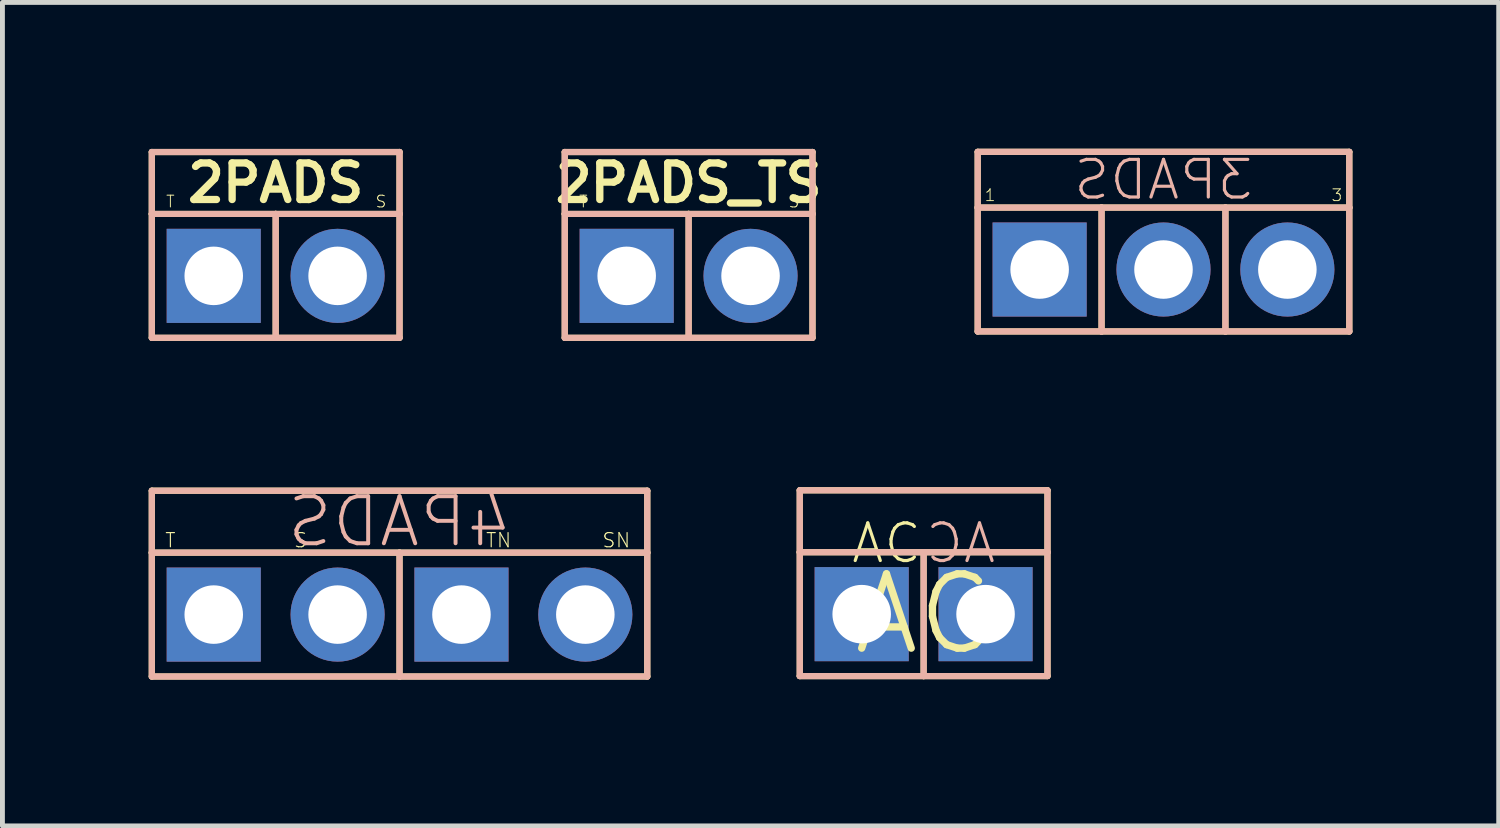
<source format=kicad_pcb>
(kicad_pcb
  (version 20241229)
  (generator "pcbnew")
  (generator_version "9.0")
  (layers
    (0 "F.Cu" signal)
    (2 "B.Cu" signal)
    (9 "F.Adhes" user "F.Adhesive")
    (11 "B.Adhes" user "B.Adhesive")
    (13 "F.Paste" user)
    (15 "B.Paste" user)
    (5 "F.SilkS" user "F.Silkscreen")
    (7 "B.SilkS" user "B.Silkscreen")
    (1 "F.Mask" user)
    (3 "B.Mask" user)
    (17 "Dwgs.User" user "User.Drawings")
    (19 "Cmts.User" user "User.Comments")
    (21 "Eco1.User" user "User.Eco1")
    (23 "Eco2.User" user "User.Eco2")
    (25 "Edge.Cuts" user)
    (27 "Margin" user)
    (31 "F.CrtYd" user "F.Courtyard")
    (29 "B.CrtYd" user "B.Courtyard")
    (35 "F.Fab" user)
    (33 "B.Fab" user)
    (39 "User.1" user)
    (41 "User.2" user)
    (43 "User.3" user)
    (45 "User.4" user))
  (footprint "2PADS_TS"
    (layer "F.Cu")
    (at 11.071 2.607)
    (property "Reference" "2PADS_TS" (at 0 -1.905 0) (layer "F.SilkS") (effects (font (size 0.75 0.75) (thickness 0.15))))
    (attr through_hole)
    (fp_line (start -2.54 -2.54) (end 2.54 -2.54) (stroke (width 0.127) (type solid)) (layer "F.SilkS"))
    (fp_line (start -2.54 -1.27) (end -2.54 -2.54) (stroke (width 0.127) (type solid)) (layer "F.SilkS"))
    (fp_line (start -2.54 -1.27) (end 0 -1.27) (stroke (width 0.127) (type solid)) (layer "F.SilkS"))
    (fp_line (start -2.54 1.27) (end -2.54 -1.27) (stroke (width 0.127) (type solid)) (layer "F.SilkS"))
    (fp_line (start -2.54 1.27) (end 0 1.27) (stroke (width 0.127) (type solid)) (layer "F.SilkS"))
    (fp_line (start 0 -1.27) (end 0 1.27) (stroke (width 0.127) (type solid)) (layer "F.SilkS"))
    (fp_line (start 0 -1.27) (end 2.54 -1.27) (stroke (width 0.127) (type solid)) (layer "F.SilkS"))
    (fp_line (start 0 1.27) (end 2.54 1.27) (stroke (width 0.127) (type solid)) (layer "F.SilkS"))
    (fp_line (start 2.54 -2.54) (end 2.54 -1.27) (stroke (width 0.127) (type solid)) (layer "F.SilkS"))
    (fp_line (start 2.54 -1.27) (end 2.54 1.27) (stroke (width 0.127) (type solid)) (layer "F.SilkS"))
    (fp_line (start -2.54 -2.54) (end -2.54 -1.27) (stroke (width 0.127) (type solid)) (layer "B.SilkS"))
    (fp_line (start -2.54 -1.27) (end -2.54 1.27) (stroke (width 0.127) (type solid)) (layer "B.SilkS"))
    (fp_line (start 0 -1.27) (end -2.54 -1.27) (stroke (width 0.127) (type solid)) (layer "B.SilkS"))
    (fp_line (start 0 -1.27) (end 0 1.27) (stroke (width 0.127) (type solid)) (layer "B.SilkS"))
    (fp_line (start 0 1.27) (end -2.54 1.27) (stroke (width 0.127) (type solid)) (layer "B.SilkS"))
    (fp_line (start 2.54 -2.54) (end -2.54 -2.54) (stroke (width 0.127) (type solid)) (layer "B.SilkS"))
    (fp_line (start 2.54 -1.27) (end 0 -1.27) (stroke (width 0.127) (type solid)) (layer "B.SilkS"))
    (fp_line (start 2.54 -1.27) (end 2.54 -2.54) (stroke (width 0.127) (type solid)) (layer "B.SilkS"))
    (fp_line (start 2.54 1.27) (end 0 1.27) (stroke (width 0.127) (type solid)) (layer "B.SilkS"))
    (fp_line (start 2.54 1.27) (end 2.54 -1.27) (stroke (width 0.127) (type solid)) (layer "B.SilkS"))
    (fp_text user "T" (at -2.159 -1.524 0) (layer "F.SilkS") (effects (font (size 0.241 0.241) (thickness 0.02))))
    (fp_text user "S" (at 2.159 -1.524 0) (layer "F.SilkS") (effects (font (size 0.241 0.241) (thickness 0.02))))
    (pad "S" thru_hole oval (at 1.27 0) (size 1.93 1.93) (drill 1.2) (layers "*.Cu" "*.Mask"))
    (pad "T" thru_hole rect (at -1.27 0) (size 1.93 1.93) (drill 1.2) (layers "*.Cu" "*.Mask")))
  (footprint "AC"
    (layer "F.Cu")
    (at 15.89 9.544)
    (property "Reference" "AC" (at 0 0 0) (layer "F.SilkS") (effects (font (size 1.524 1.524) (thickness 0.15))))
    (attr through_hole)
    (fp_line (start -2.54 -2.54) (end 2.54 -2.54) (stroke (width 0.127) (type solid)) (layer "F.SilkS"))
    (fp_line (start -2.54 -1.27) (end -2.54 -2.54) (stroke (width 0.127) (type solid)) (layer "F.SilkS"))
    (fp_line (start -2.54 1.27) (end -2.54 -1.27) (stroke (width 0.127) (type solid)) (layer "F.SilkS"))
    (fp_line (start 0 -1.27) (end -2.54 -1.27) (stroke (width 0.127) (type solid)) (layer "F.SilkS"))
    (fp_line (start 0 1.27) (end -2.54 1.27) (stroke (width 0.127) (type solid)) (layer "F.SilkS"))
    (fp_line (start 0 1.27) (end 0 -1.27) (stroke (width 0.127) (type solid)) (layer "F.SilkS"))
    (fp_line (start 2.54 -2.54) (end 2.54 -1.27) (stroke (width 0.127) (type solid)) (layer "F.SilkS"))
    (fp_line (start 2.54 -1.27) (end 0 -1.27) (stroke (width 0.127) (type solid)) (layer "F.SilkS"))
    (fp_line (start 2.54 -1.27) (end 2.54 1.27) (stroke (width 0.127) (type solid)) (layer "F.SilkS"))
    (fp_line (start 2.54 1.27) (end 0 1.27) (stroke (width 0.127) (type solid)) (layer "F.SilkS"))
    (fp_line (start -2.54 -2.54) (end -2.54 -1.27) (stroke (width 0.127) (type solid)) (layer "B.SilkS"))
    (fp_line (start -2.54 -1.27) (end -2.54 1.27) (stroke (width 0.127) (type solid)) (layer "B.SilkS"))
    (fp_line (start -2.54 -1.27) (end 0 -1.27) (stroke (width 0.127) (type solid)) (layer "B.SilkS"))
    (fp_line (start -2.54 1.27) (end 0 1.27) (stroke (width 0.127) (type solid)) (layer "B.SilkS"))
    (fp_line (start 0 -1.27) (end 2.54 -1.27) (stroke (width 0.127) (type solid)) (layer "B.SilkS"))
    (fp_line (start 0 1.27) (end 0 -1.27) (stroke (width 0.127) (type solid)) (layer "B.SilkS"))
    (fp_line (start 0 1.27) (end 2.54 1.27) (stroke (width 0.127) (type solid)) (layer "B.SilkS"))
    (fp_line (start 2.54 -2.54) (end -2.54 -2.54) (stroke (width 0.127) (type solid)) (layer "B.SilkS"))
    (fp_line (start 2.54 -1.27) (end 2.54 -2.54) (stroke (width 0.127) (type solid)) (layer "B.SilkS"))
    (fp_line (start 2.54 1.27) (end 2.54 -1.27) (stroke (width 0.127) (type solid)) (layer "B.SilkS"))
    (fp_text user "AC" (at 0 -1.905 0) (layer "F.SilkS") (effects (font (size 0.772 0.772) (thickness 0.065)) (justify right top)))
    (fp_text user "AC" (at 0 -1.905 0) (layer "B.SilkS") (effects (font (size 0.772 0.772) (thickness 0.065)) (justify right top mirror)))
    (pad "A" thru_hole rect (at 1.27 0 180) (size 1.93 1.93) (drill 1.2) (layers "*.Cu" "*.Mask"))
    (pad "C" thru_hole rect (at -1.27 0 180) (size 1.93 1.93) (drill 1.2) (layers "*.Cu" "*.Mask")))
  (footprint "3PADS"
    (layer "F.Cu")
    (at 20.809 2.477)
    (property "Reference" "3PADS" (at 0 -1.841 0) (layer "B.SilkS") (effects (font (size 0.772 0.772) (thickness 0.065)) (justify mirror)))
    (attr through_hole)
    (fp_line (start -3.81 -2.413) (end 3.81 -2.413) (stroke (width 0.127) (type solid)) (layer "F.SilkS"))
    (fp_line (start -3.81 -1.27) (end -3.81 -2.413) (stroke (width 0.127) (type solid)) (layer "F.SilkS"))
    (fp_line (start -3.81 -1.27) (end -1.27 -1.27) (stroke (width 0.127) (type solid)) (layer "F.SilkS"))
    (fp_line (start -3.81 1.27) (end -3.81 -1.27) (stroke (width 0.127) (type solid)) (layer "F.SilkS"))
    (fp_line (start -1.27 -1.27) (end -1.27 1.27) (stroke (width 0.127) (type solid)) (layer "F.SilkS"))
    (fp_line (start -1.27 -1.27) (end 1.27 -1.27) (stroke (width 0.127) (type solid)) (layer "F.SilkS"))
    (fp_line (start -1.27 1.27) (end -3.81 1.27) (stroke (width 0.127) (type solid)) (layer "F.SilkS"))
    (fp_line (start 1.27 -1.27) (end 1.27 1.27) (stroke (width 0.127) (type solid)) (layer "F.SilkS"))
    (fp_line (start 1.27 -1.27) (end 3.81 -1.27) (stroke (width 0.127) (type solid)) (layer "F.SilkS"))
    (fp_line (start 1.27 1.27) (end -1.27 1.27) (stroke (width 0.127) (type solid)) (layer "F.SilkS"))
    (fp_line (start 3.81 -2.413) (end 3.81 -1.27) (stroke (width 0.127) (type solid)) (layer "F.SilkS"))
    (fp_line (start 3.81 -1.27) (end 3.81 1.27) (stroke (width 0.127) (type solid)) (layer "F.SilkS"))
    (fp_line (start 3.81 1.27) (end 1.27 1.27) (stroke (width 0.127) (type solid)) (layer "F.SilkS"))
    (fp_line (start -3.81 -1.27) (end -3.81 -2.413) (stroke (width 0.127) (type solid)) (layer "B.SilkS"))
    (fp_line (start -3.81 -1.27) (end -3.81 1.27) (stroke (width 0.127) (type solid)) (layer "B.SilkS"))
    (fp_line (start -3.81 1.27) (end -1.27 1.27) (stroke (width 0.127) (type solid)) (layer "B.SilkS"))
    (fp_line (start -1.27 -1.27) (end -3.81 -1.27) (stroke (width 0.127) (type solid)) (layer "B.SilkS"))
    (fp_line (start -1.27 -1.27) (end -1.27 1.27) (stroke (width 0.127) (type solid)) (layer "B.SilkS"))
    (fp_line (start -1.27 1.27) (end 1.27 1.27) (stroke (width 0.127) (type solid)) (layer "B.SilkS"))
    (fp_line (start 1.27 -1.27) (end -1.27 -1.27) (stroke (width 0.127) (type solid)) (layer "B.SilkS"))
    (fp_line (start 1.27 -1.27) (end 1.27 1.27) (stroke (width 0.127) (type solid)) (layer "B.SilkS"))
    (fp_line (start 1.27 1.27) (end 3.81 1.27) (stroke (width 0.127) (type solid)) (layer "B.SilkS"))
    (fp_line (start 3.81 -2.413) (end -3.81 -2.413) (stroke (width 0.127) (type solid)) (layer "B.SilkS"))
    (fp_line (start 3.81 -2.413) (end 3.81 -1.27) (stroke (width 0.127) (type solid)) (layer "B.SilkS"))
    (fp_line (start 3.81 -1.27) (end 1.27 -1.27) (stroke (width 0.127) (type solid)) (layer "B.SilkS"))
    (fp_line (start 3.81 1.27) (end 3.81 -1.27) (stroke (width 0.127) (type solid)) (layer "B.SilkS"))
    (fp_text user "1" (at -3.556 -1.524 0) (layer "F.SilkS") (effects (font (size 0.241 0.241) (thickness 0.02))))
    (fp_text user "3" (at 3.556 -1.524 0) (layer "F.SilkS") (effects (font (size 0.241 0.241) (thickness 0.02))))
    (pad "1" thru_hole rect (at -2.54 0) (size 1.93 1.93) (drill 1.2) (layers "*.Cu" "*.Mask"))
    (pad "2" thru_hole oval (at 0 0) (size 1.93 1.93) (drill 1.2) (layers "*.Cu" "*.Mask"))
    (pad "3" thru_hole oval (at 2.54 0) (size 1.93 1.93) (drill 1.2) (layers "*.Cu" "*.Mask")))
  (footprint "4PADS"
    (layer "F.Cu")
    (at 3.873 9.553)
    (property "Reference" "4PADS" (at 1.27 -1.905 0) (layer "B.SilkS") (effects (font (size 0.965 0.965) (thickness 0.081)) (justify mirror)))
    (attr through_hole)
    (fp_line (start -3.81 -2.54) (end 6.35 -2.54) (stroke (width 0.127) (type solid)) (layer "F.SilkS"))
    (fp_line (start -3.81 -1.27) (end -3.81 -2.54) (stroke (width 0.127) (type solid)) (layer "F.SilkS"))
    (fp_line (start -3.81 -1.27) (end 1.27 -1.27) (stroke (width 0.127) (type solid)) (layer "F.SilkS"))
    (fp_line (start -3.81 1.27) (end -3.81 -1.27) (stroke (width 0.127) (type solid)) (layer "F.SilkS"))
    (fp_line (start 1.27 -1.27) (end 1.27 1.27) (stroke (width 0.127) (type solid)) (layer "F.SilkS"))
    (fp_line (start 1.27 -1.27) (end 6.35 -1.27) (stroke (width 0.127) (type solid)) (layer "F.SilkS"))
    (fp_line (start 1.27 1.27) (end -3.81 1.27) (stroke (width 0.127) (type solid)) (layer "F.SilkS"))
    (fp_line (start 6.35 -2.54) (end 6.35 -1.27) (stroke (width 0.127) (type solid)) (layer "F.SilkS"))
    (fp_line (start 6.35 -1.27) (end 6.35 1.27) (stroke (width 0.127) (type solid)) (layer "F.SilkS"))
    (fp_line (start 6.35 1.27) (end 1.27 1.27) (stroke (width 0.127) (type solid)) (layer "F.SilkS"))
    (fp_line (start -3.81 -2.54) (end -3.81 -1.27) (stroke (width 0.127) (type solid)) (layer "B.SilkS"))
    (fp_line (start -3.81 -1.27) (end -3.81 1.27) (stroke (width 0.127) (type solid)) (layer "B.SilkS"))
    (fp_line (start -3.81 1.27) (end 1.27 1.27) (stroke (width 0.127) (type solid)) (layer "B.SilkS"))
    (fp_line (start 1.27 -1.27) (end -3.81 -1.27) (stroke (width 0.127) (type solid)) (layer "B.SilkS"))
    (fp_line (start 1.27 -1.27) (end 1.27 1.27) (stroke (width 0.127) (type solid)) (layer "B.SilkS"))
    (fp_line (start 1.27 1.27) (end 6.35 1.27) (stroke (width 0.127) (type solid)) (layer "B.SilkS"))
    (fp_line (start 6.35 -2.54) (end -3.81 -2.54) (stroke (width 0.127) (type solid)) (layer "B.SilkS"))
    (fp_line (start 6.35 -1.27) (end 1.27 -1.27) (stroke (width 0.127) (type solid)) (layer "B.SilkS"))
    (fp_line (start 6.35 -1.27) (end 6.35 -2.54) (stroke (width 0.127) (type solid)) (layer "B.SilkS"))
    (fp_line (start 6.35 1.27) (end 6.35 -1.27) (stroke (width 0.127) (type solid)) (layer "B.SilkS"))
    (fp_text user "T" (at -3.429 -1.524 0) (layer "F.SilkS") (effects (font (size 0.29 0.29) (thickness 0.024))))
    (fp_text user "SN" (at 5.715 -1.524 0) (layer "F.SilkS") (effects (font (size 0.29 0.29) (thickness 0.024))))
    (fp_text user "TN" (at 3.302 -1.524 0) (layer "F.SilkS") (effects (font (size 0.29 0.29) (thickness 0.024))))
    (fp_text user "S" (at -0.762 -1.524 0) (layer "F.SilkS") (effects (font (size 0.29 0.29) (thickness 0.024))))
    (pad "S" thru_hole oval (at 0 0) (size 1.93 1.93) (drill 1.2) (layers "*.Cu" "*.Mask"))
    (pad "SN" thru_hole oval (at 5.08 0) (size 1.93 1.93) (drill 1.2) (layers "*.Cu" "*.Mask"))
    (pad "T" thru_hole rect (at -2.54 0) (size 1.93 1.93) (drill 1.2) (layers "*.Cu" "*.Mask"))
    (pad "TN" thru_hole rect (at 2.54 0) (size 1.93 1.93) (drill 1.2) (layers "*.Cu" "*.Mask")))
  (footprint "2PADS"
    (layer "F.Cu")
    (at 2.603 2.607)
    (property "Reference" "2PADS" (at 0 -1.905 0) (layer "F.SilkS") (effects (font (size 0.75 0.75) (thickness 0.15))))
    (attr through_hole)
    (fp_line (start -2.54 -2.54) (end 2.54 -2.54) (stroke (width 0.127) (type solid)) (layer "F.SilkS"))
    (fp_line (start -2.54 -1.27) (end -2.54 -2.54) (stroke (width 0.127) (type solid)) (layer "F.SilkS"))
    (fp_line (start -2.54 -1.27) (end 0 -1.27) (stroke (width 0.127) (type solid)) (layer "F.SilkS"))
    (fp_line (start -2.54 1.27) (end -2.54 -1.27) (stroke (width 0.127) (type solid)) (layer "F.SilkS"))
    (fp_line (start -2.54 1.27) (end 0 1.27) (stroke (width 0.127) (type solid)) (layer "F.SilkS"))
    (fp_line (start 0 -1.27) (end 0 1.27) (stroke (width 0.127) (type solid)) (layer "F.SilkS"))
    (fp_line (start 0 -1.27) (end 2.54 -1.27) (stroke (width 0.127) (type solid)) (layer "F.SilkS"))
    (fp_line (start 0 1.27) (end 2.54 1.27) (stroke (width 0.127) (type solid)) (layer "F.SilkS"))
    (fp_line (start 2.54 -2.54) (end 2.54 -1.27) (stroke (width 0.127) (type solid)) (layer "F.SilkS"))
    (fp_line (start 2.54 -1.27) (end 2.54 1.27) (stroke (width 0.127) (type solid)) (layer "F.SilkS"))
    (fp_line (start -2.54 -2.54) (end -2.54 -1.27) (stroke (width 0.127) (type solid)) (layer "B.SilkS"))
    (fp_line (start -2.54 -1.27) (end -2.54 1.27) (stroke (width 0.127) (type solid)) (layer "B.SilkS"))
    (fp_line (start 0 -1.27) (end -2.54 -1.27) (stroke (width 0.127) (type solid)) (layer "B.SilkS"))
    (fp_line (start 0 -1.27) (end 0 1.27) (stroke (width 0.127) (type solid)) (layer "B.SilkS"))
    (fp_line (start 0 1.27) (end -2.54 1.27) (stroke (width 0.127) (type solid)) (layer "B.SilkS"))
    (fp_line (start 2.54 -2.54) (end -2.54 -2.54) (stroke (width 0.127) (type solid)) (layer "B.SilkS"))
    (fp_line (start 2.54 -1.27) (end 0 -1.27) (stroke (width 0.127) (type solid)) (layer "B.SilkS"))
    (fp_line (start 2.54 -1.27) (end 2.54 -2.54) (stroke (width 0.127) (type solid)) (layer "B.SilkS"))
    (fp_line (start 2.54 1.27) (end 0 1.27) (stroke (width 0.127) (type solid)) (layer "B.SilkS"))
    (fp_line (start 2.54 1.27) (end 2.54 -1.27) (stroke (width 0.127) (type solid)) (layer "B.SilkS"))
    (fp_text user "S" (at 2.159 -1.524 0) (layer "F.SilkS") (effects (font (size 0.241 0.241) (thickness 0.02))))
    (fp_text user "T" (at -2.159 -1.524 0) (layer "F.SilkS") (effects (font (size 0.241 0.241) (thickness 0.02))))
    (pad "1" thru_hole rect (at -1.27 0) (size 1.93 1.93) (drill 1.2) (layers "*.Cu" "*.Mask"))
    (pad "2" thru_hole oval (at 1.27 0) (size 1.93 1.93) (drill 1.2) (layers "*.Cu" "*.Mask")))
  (gr_rect
    (start -3 -3)
    (end 27.683 13.886)
    (stroke (width 0.1) (type default))
    (fill no)
    (layer "Edge.Cuts")))
</source>
